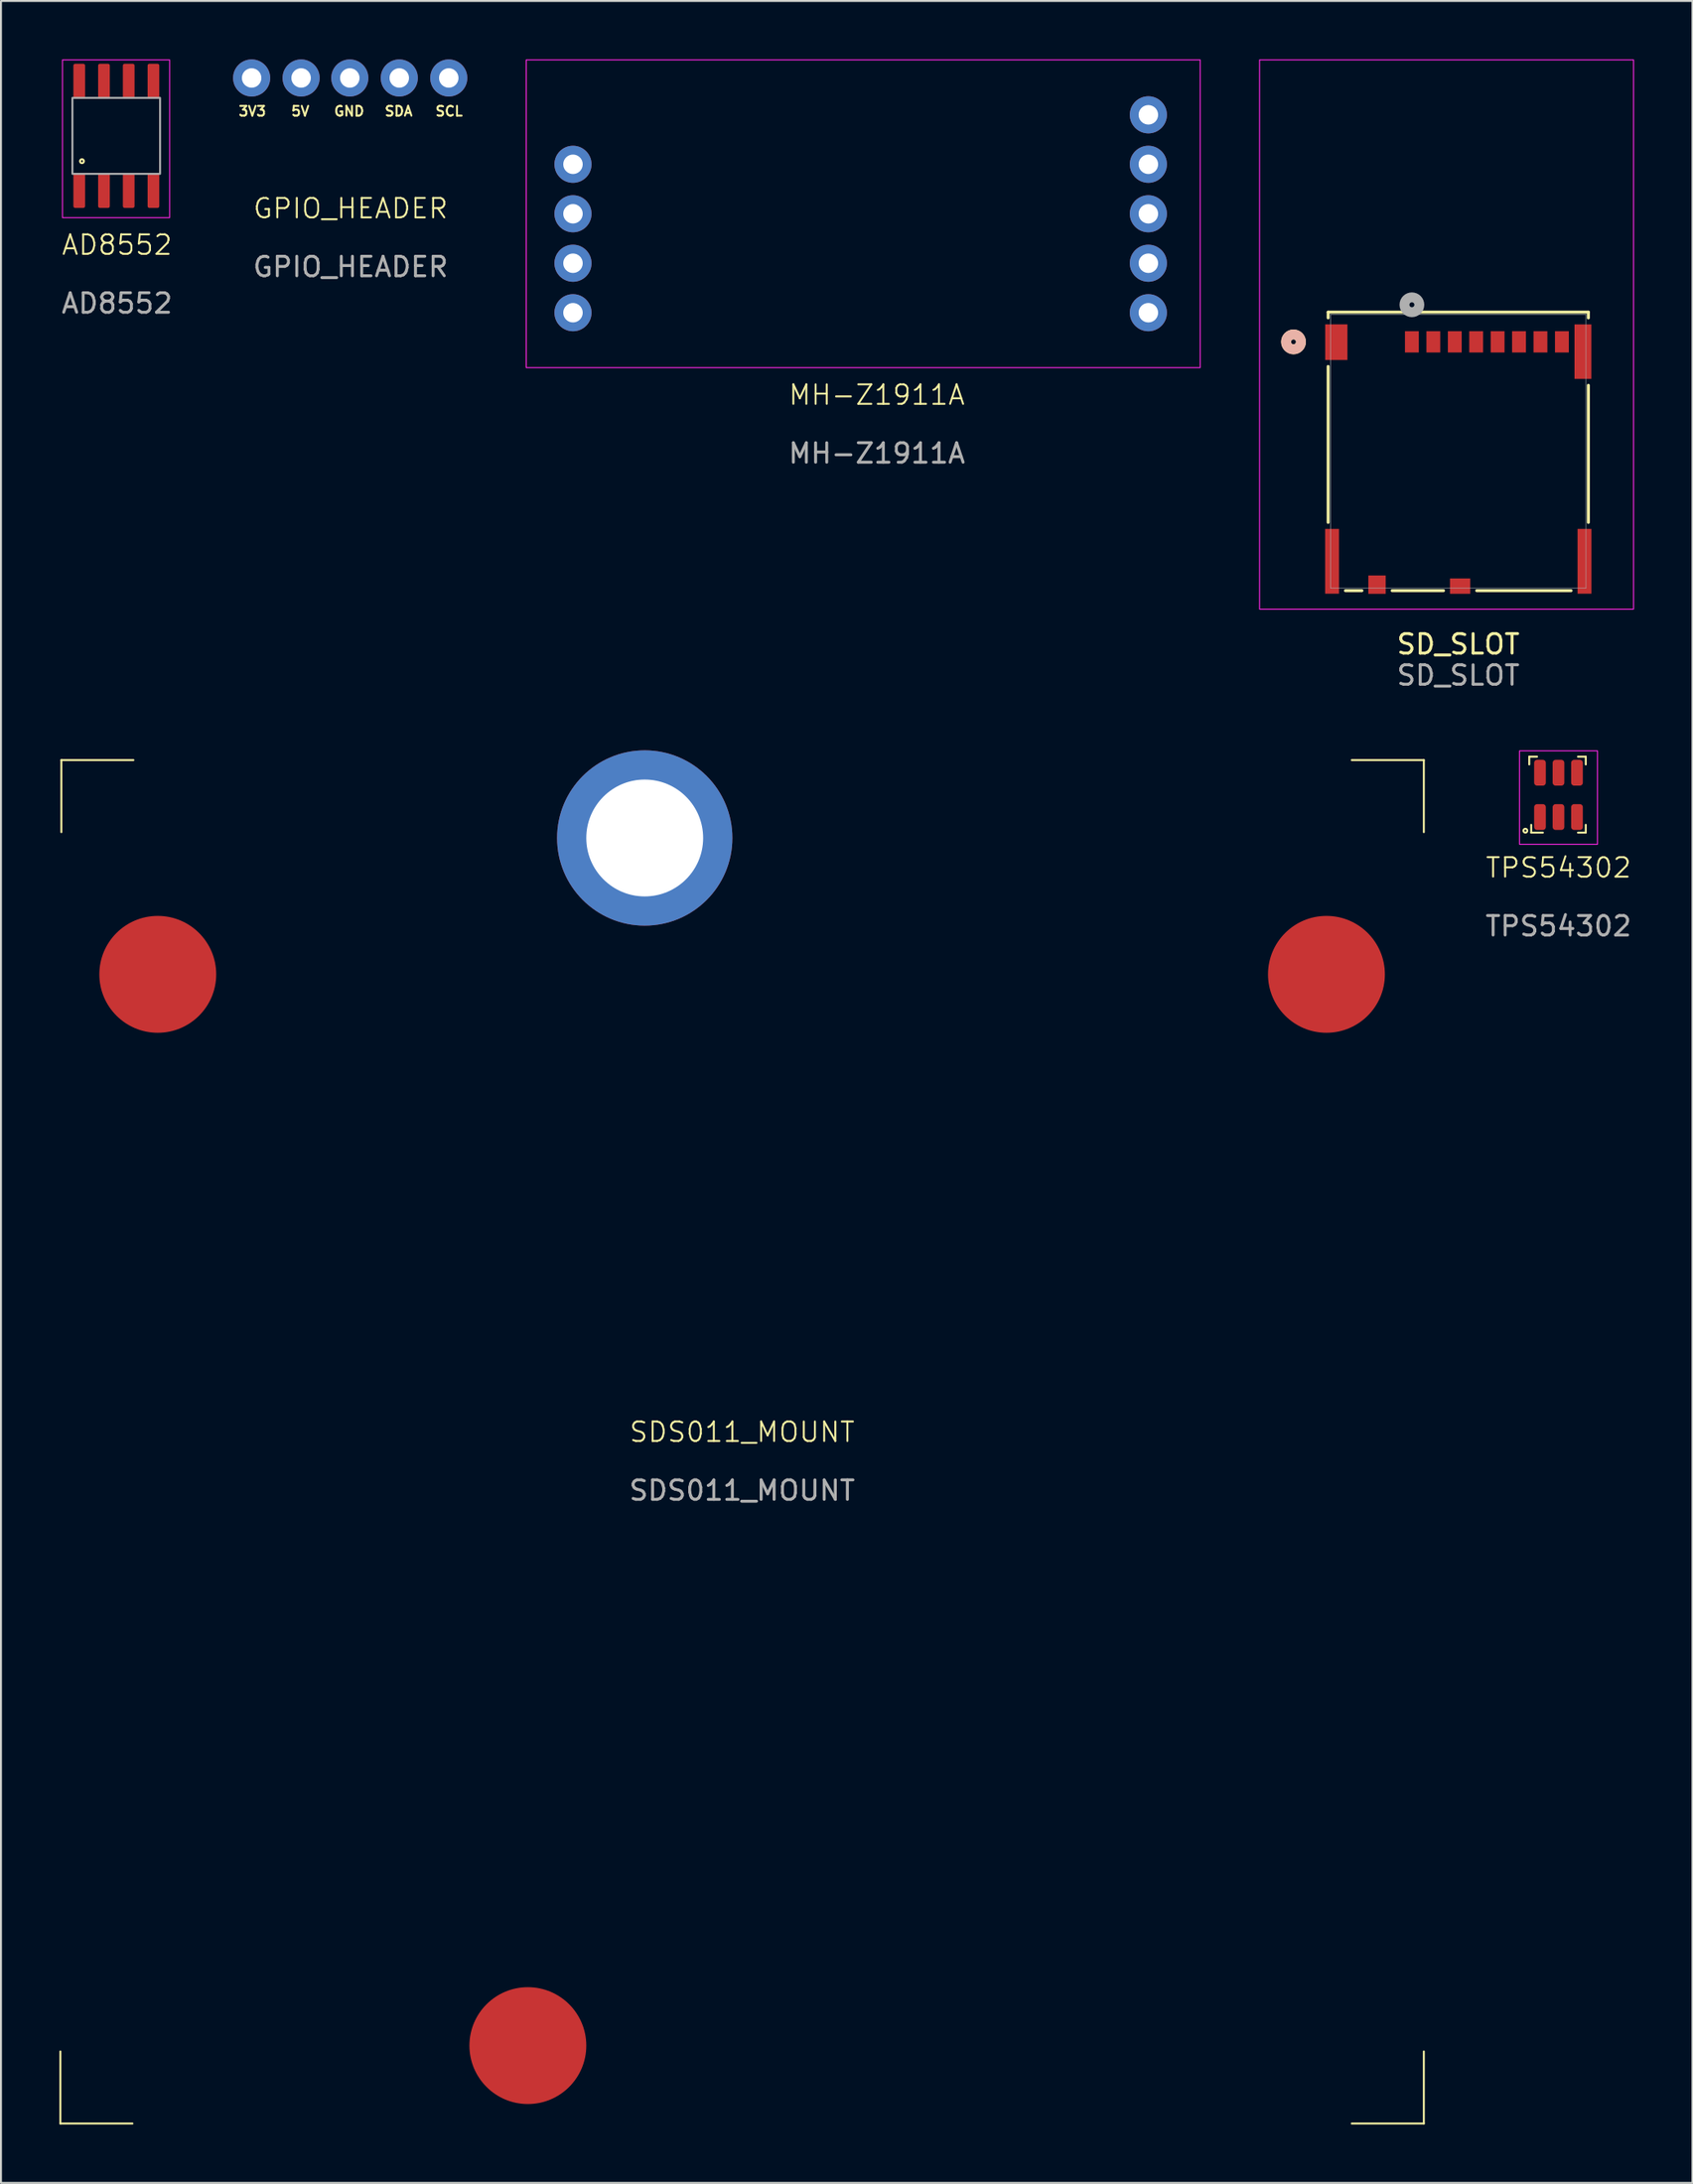
<source format=kicad_pcb>
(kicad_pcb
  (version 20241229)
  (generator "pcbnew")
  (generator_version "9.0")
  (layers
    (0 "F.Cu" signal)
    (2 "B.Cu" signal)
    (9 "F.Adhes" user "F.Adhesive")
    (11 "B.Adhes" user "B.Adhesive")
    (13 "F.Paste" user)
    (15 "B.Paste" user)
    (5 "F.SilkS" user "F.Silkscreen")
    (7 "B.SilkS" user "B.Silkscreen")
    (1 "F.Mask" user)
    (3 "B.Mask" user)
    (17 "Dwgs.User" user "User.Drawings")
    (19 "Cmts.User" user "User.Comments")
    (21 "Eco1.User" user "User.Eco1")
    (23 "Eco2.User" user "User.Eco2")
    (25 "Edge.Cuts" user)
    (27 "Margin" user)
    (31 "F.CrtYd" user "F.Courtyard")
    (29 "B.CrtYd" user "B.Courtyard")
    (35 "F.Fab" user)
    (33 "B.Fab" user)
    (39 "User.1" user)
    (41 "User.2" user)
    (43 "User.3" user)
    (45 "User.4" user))
  (footprint "TPS54302"
    (layer "F.Cu")
    (at 76.963 37.798)
    (property "Reference" "TPS54302" (at 0 3.7 0) (unlocked yes) (layer "F.SilkS") (effects (font (size 1 1) (thickness 0.1))))
    (attr smd)
    (fp_line (start -1.5 -2) (end -1.1 -2) (stroke (width 0.1) (type default)) (layer "F.SilkS"))
    (fp_line (start -1.5 -1.6) (end -1.5 -2) (stroke (width 0.1) (type default)) (layer "F.SilkS"))
    (fp_line (start -1.4 1.9) (end -1.4 1.5) (stroke (width 0.1) (type default)) (layer "F.SilkS"))
    (fp_line (start -0.8 1.9) (end -1.4 1.9) (stroke (width 0.1) (type default)) (layer "F.SilkS"))
    (fp_line (start 1 -2) (end 1.4 -2) (stroke (width 0.1) (type default)) (layer "F.SilkS"))
    (fp_line (start 1.4 -2) (end 1.4 -1.6) (stroke (width 0.1) (type default)) (layer "F.SilkS"))
    (fp_line (start 1.4 1.5) (end 1.4 1.9) (stroke (width 0.1) (type default)) (layer "F.SilkS"))
    (fp_line (start 1.4 1.9) (end 1 1.9) (stroke (width 0.1) (type default)) (layer "F.SilkS"))
    (fp_circle (center -1.7 1.8) (end -1.6 1.8) (stroke (width 0.1) (type default)) (fill no) (layer "F.SilkS"))
    (fp_rect (start -2 -2.3) (end 2 2.5) (stroke (width 0.05) (type default)) (fill no) (layer "F.CrtYd"))
    (fp_text user "${REFERENCE}" (at 0 6.7 0) (unlocked yes) (layer "F.Fab") (effects (font (size 1 1) (thickness 0.15))))
    (pad "1" smd roundrect (at -0.95 1.1 90) (size 1.325 0.6) (layers "F.Cu" "F.Mask" "F.Paste") (roundrect_rratio 0.25))
    (pad "2" smd roundrect (at 0 1.1 90) (size 1.325 0.6) (layers "F.Cu" "F.Mask" "F.Paste") (roundrect_rratio 0.25))
    (pad "3" smd roundrect (at 0.95 1.1 90) (size 1.325 0.6) (layers "F.Cu" "F.Mask" "F.Paste") (roundrect_rratio 0.25))
    (pad "4" smd roundrect (at 0.95 -1.175 90) (size 1.325 0.6) (layers "F.Cu" "F.Mask" "F.Paste") (roundrect_rratio 0.25))
    (pad "5" smd roundrect (at 0 -1.175 90) (size 1.325 0.6) (layers "F.Cu" "F.Mask" "F.Paste") (roundrect_rratio 0.25))
    (pad "6" smd roundrect (at -0.95 -1.175 90) (size 1.325 0.6) (layers "F.Cu" "F.Mask" "F.Paste") (roundrect_rratio 0.25)))
  (footprint "SD_SLOT"
    (layer "F.Cu")
    (at 71.817 20.125)
    (property "Reference" "SD_SLOT" (at 0 9.9 0) (unlocked yes) (layer "F.SilkS") (effects (font (size 1 1) (thickness 0.15))))
    (attr smd)
    (fp_line (start -6.68 -7.15) (end -6.68 -6.855) (stroke (width 0.152) (type solid)) (layer "F.SilkS"))
    (fp_line (start -6.68 -4.361) (end -6.68 3.645) (stroke (width 0.152) (type solid)) (layer "F.SilkS"))
    (fp_line (start -5.792 7.15) (end -4.947 7.15) (stroke (width 0.152) (type solid)) (layer "F.SilkS"))
    (fp_line (start -3.393 7.15) (end -0.758 7.15) (stroke (width 0.152) (type solid)) (layer "F.SilkS"))
    (fp_line (start 0.948 7.15) (end 5.792 7.15) (stroke (width 0.152) (type solid)) (layer "F.SilkS"))
    (fp_line (start 6.68 -7.15) (end -6.68 -7.15) (stroke (width 0.152) (type solid)) (layer "F.SilkS"))
    (fp_line (start 6.68 -6.853) (end 6.68 -7.15) (stroke (width 0.152) (type solid)) (layer "F.SilkS"))
    (fp_line (start 6.68 3.645) (end 6.68 -3.393) (stroke (width 0.152) (type solid)) (layer "F.SilkS"))
    (fp_circle (center -8.458 -5.623) (end -8.077 -5.623) (stroke (width 0.508) (type solid)) (fill no) (layer "F.SilkS"))
    (fp_circle (center -8.458 -5.623) (end -8.077 -5.623) (stroke (width 0.508) (type solid)) (fill no) (layer "B.SilkS"))
    (fp_rect (start -10.2 -20.1) (end 9 8.1) (stroke (width 0.05) (type default)) (fill no) (layer "F.CrtYd"))
    (fp_line (start -6.553 -7.023) (end -6.553 7.023) (stroke (width 0.025) (type solid)) (layer "F.Fab"))
    (fp_line (start -6.553 7.023) (end 6.553 7.023) (stroke (width 0.025) (type solid)) (layer "F.Fab"))
    (fp_line (start 6.553 -7.023) (end -6.553 -7.023) (stroke (width 0.025) (type solid)) (layer "F.Fab"))
    (fp_line (start 6.553 7.023) (end 6.553 -7.023) (stroke (width 0.025) (type solid)) (layer "F.Fab"))
    (fp_circle (center -2.38 -7.528) (end -1.999 -7.528) (stroke (width 0.508) (type solid)) (fill no) (layer "F.Fab"))
    (fp_text user "${REFERENCE}" (at 0 11.5 0) (unlocked yes) (layer "F.Fab") (effects (font (size 1 1) (thickness 0.15))))
    (pad "1" smd rect (at -2.38 -5.623) (size 0.711 1.092) (layers "F.Cu" "F.Mask" "F.Paste"))
    (pad "2" smd rect (at -1.28 -5.623) (size 0.711 1.092) (layers "F.Cu" "F.Mask" "F.Paste"))
    (pad "3" smd rect (at -0.18 -5.623) (size 0.711 1.092) (layers "F.Cu" "F.Mask" "F.Paste"))
    (pad "4" smd rect (at 0.92 -5.623) (size 0.711 1.092) (layers "F.Cu" "F.Mask" "F.Paste"))
    (pad "5" smd rect (at 2.02 -5.623) (size 0.711 1.092) (layers "F.Cu" "F.Mask" "F.Paste"))
    (pad "6" smd rect (at 3.12 -5.623) (size 0.711 1.092) (layers "F.Cu" "F.Mask" "F.Paste"))
    (pad "7" smd rect (at 4.22 -5.623) (size 0.711 1.092) (layers "F.Cu" "F.Mask" "F.Paste"))
    (pad "8" smd rect (at 5.32 -5.623) (size 0.711 1.092) (layers "F.Cu" "F.Mask" "F.Paste"))
    (pad "9" smd rect (at -4.17 6.842) (size 0.889 0.94) (layers "F.Cu" "F.Mask" "F.Paste"))
    (pad "10" smd rect (at 0.095 6.917) (size 1.041 0.787) (layers "F.Cu" "F.Mask" "F.Paste"))
    (pad "11" smd rect (at -6.26 -5.608) (size 1.143 1.829) (layers "F.Cu" "F.Mask" "F.Paste"))
    (pad "12" smd rect (at -6.48 5.642) (size 0.711 3.327) (layers "F.Cu" "F.Mask" "F.Paste"))
    (pad "13" smd rect (at 6.48 5.642) (size 0.711 3.327) (layers "F.Cu" "F.Mask" "F.Paste"))
    (pad "14" smd rect (at 6.4 -5.123) (size 0.864 2.794) (layers "F.Cu" "F.Mask" "F.Paste")))
  (footprint "MH-Z1911A"
    (layer "F.Cu")
    (at 41.967 12.125)
    (property "Reference" "MH-Z1911A" (at 0 5.1 0) (unlocked yes) (layer "F.SilkS") (effects (font (size 1 1) (thickness 0.1))))
    (attr smd)
    (fp_rect (start -18 -12.1) (end 16.6 3.7) (stroke (width 0.05) (type default)) (fill no) (layer "F.CrtYd"))
    (fp_text user "${REFERENCE}" (at 0 8.1 0) (unlocked yes) (layer "F.Fab") (effects (font (size 1 1) (thickness 0.15))))
    (pad "1" thru_hole circle (at 13.94 -9.28) (size 1.905 1.905) (drill 1) (layers "*.Cu" "*.Mask"))
    (pad "2" thru_hole circle (at 13.94 -6.74) (size 1.905 1.905) (drill 1) (layers "*.Cu" "*.Mask"))
    (pad "3" thru_hole circle (at 13.94 -4.2) (size 1.905 1.905) (drill 1) (layers "*.Cu" "*.Mask"))
    (pad "4" thru_hole circle (at 13.94 -1.66) (size 1.905 1.905) (drill 1) (layers "*.Cu" "*.Mask"))
    (pad "5" thru_hole circle (at 13.94 0.88) (size 1.905 1.905) (drill 1) (layers "*.Cu" "*.Mask"))
    (pad "6" thru_hole circle (at -15.6 -6.74) (size 1.905 1.905) (drill 1) (layers "*.Cu" "*.Mask"))
    (pad "7" thru_hole circle (at -15.6 -4.2) (size 1.905 1.905) (drill 1) (layers "*.Cu" "*.Mask"))
    (pad "8" thru_hole circle (at -15.6 -1.66) (size 1.905 1.905) (drill 1) (layers "*.Cu" "*.Mask"))
    (pad "9" thru_hole circle (at -15.6 0.88) (size 1.905 1.905) (drill 1) (layers "*.Cu" "*.Mask")))
  (footprint "GPIO_HEADER"
    (layer "F.Cu")
    (at 14.849 5.053)
    (property "Reference" "GPIO_HEADER" (at 0.1 2.6 0) (unlocked yes) (layer "F.SilkS") (effects (font (size 1 1) (thickness 0.1))))
    (attr smd)
    (fp_text user "SCL" (at 4.4 -2.1 0) (unlocked yes) (layer "F.SilkS") (effects (font (size 0.5 0.5) (thickness 0.1) (bold yes)) (justify left bottom)))
    (fp_text user "GND" (at -0.8 -2.1 0) (unlocked yes) (layer "F.SilkS") (effects (font (size 0.5 0.5) (thickness 0.1) (bold yes)) (justify left bottom)))
    (fp_text user "5V" (at -3 -2.1 0) (unlocked yes) (layer "F.SilkS") (effects (font (size 0.5 0.5) (thickness 0.1) (bold yes)) (justify left bottom)))
    (fp_text user "SDA" (at 1.8 -2.1 0) (unlocked yes) (layer "F.SilkS") (effects (font (size 0.5 0.5) (thickness 0.1) (bold yes)) (justify left bottom)))
    (fp_text user "3V3" (at -5.7 -2.1 0) (unlocked yes) (layer "F.SilkS") (effects (font (size 0.5 0.5) (thickness 0.1) (bold yes)) (justify left bottom)))
    (fp_text user "${REFERENCE}" (at 0.1 5.6 0) (unlocked yes) (layer "F.Fab") (effects (font (size 1 1) (thickness 0.15))))
    (pad "1" thru_hole circle (at -4.98 -4.1) (size 1.905 1.905) (drill 1) (layers "*.Cu" "*.Mask"))
    (pad "2" thru_hole circle (at -2.44 -4.1) (size 1.905 1.905) (drill 1) (layers "*.Cu" "*.Mask"))
    (pad "3" thru_hole circle (at 0.06 -4.1) (size 1.905 1.905) (drill 1) (layers "*.Cu" "*.Mask"))
    (pad "4" thru_hole circle (at 2.6 -4.1) (size 1.905 1.905) (drill 1) (layers "*.Cu" "*.Mask"))
    (pad "5" thru_hole circle (at 5.14 -4.1) (size 1.905 1.905) (drill 1) (layers "*.Cu" "*.Mask")))
  (footprint "SDS011_MOUNT"
    (layer "F.Cu")
    (at 35.05 70.973)
    (property "Reference" "SDS011_MOUNT" (at 0 -0.5 0) (unlocked yes) (layer "F.SilkS") (effects (font (size 1 1) (thickness 0.1))))
    (attr smd)
    (fp_line (start -35 31.3) (end -35 35) (stroke (width 0.1) (type default)) (layer "F.SilkS"))
    (fp_line (start -34.95 -31.3) (end -34.95 -35) (stroke (width 0.1) (type default)) (layer "F.SilkS"))
    (fp_line (start -31.3 35) (end -35 35) (stroke (width 0.1) (type default)) (layer "F.SilkS"))
    (fp_line (start -31.25 -35) (end -34.95 -35) (stroke (width 0.1) (type default)) (layer "F.SilkS"))
    (fp_line (start 31.3 -35) (end 35 -35) (stroke (width 0.1) (type default)) (layer "F.SilkS"))
    (fp_line (start 31.3 35) (end 35 35) (stroke (width 0.1) (type default)) (layer "F.SilkS"))
    (fp_line (start 35 -31.3) (end 35 -35) (stroke (width 0.1) (type default)) (layer "F.SilkS"))
    (fp_line (start 35 31.3) (end 35 35) (stroke (width 0.1) (type default)) (layer "F.SilkS"))
    (fp_text user "${REFERENCE}" (at 0 2.5 0) (unlocked yes) (layer "F.Fab") (effects (font (size 1 1) (thickness 0.15))))
    (pad "1" smd circle (at 30 -24) (size 6 6) (layers "F.Cu" "F.Mask" "F.Paste"))
    (pad "2" smd circle (at -30 -24) (size 6 6) (layers "F.Cu" "F.Mask" "F.Paste"))
    (pad "3" smd circle (at -11 31) (size 6 6) (layers "F.Cu" "F.Mask" "F.Paste"))
    (pad "4" thru_hole circle (at -5 -31) (size 9 9) (drill 6) (layers "*.Cu" "*.Mask")))
  (footprint "AD8552"
    (layer "F.Cu")
    (at 2.958 10.025)
    (property "Reference" "AD8552" (at 0 -0.5 0) (unlocked yes) (layer "F.SilkS") (effects (font (size 1 1) (thickness 0.1))))
    (attr smd)
    (fp_circle (center -1.8 -4.8) (end -1.8 -4.7) (stroke (width 0.1) (type default)) (fill no) (layer "F.SilkS"))
    (fp_rect (start -2.8 -10) (end 2.7 -1.9) (stroke (width 0.05) (type default)) (fill no) (layer "F.CrtYd"))
    (fp_rect (start -2.29 -8.05) (end 2.21 -4.15) (stroke (width 0.1) (type solid)) (fill no) (layer "F.Fab"))
    (fp_text user "${REFERENCE}" (at 0 2.5 0) (unlocked yes) (layer "F.Fab") (effects (font (size 1 1) (thickness 0.15))))
    (pad "1" smd roundrect (at -1.94 -3.288 90) (size 1.775 0.6) (layers "F.Cu" "F.Mask" "F.Paste") (roundrect_rratio 0.15))
    (pad "2" smd roundrect (at -0.67 -3.288 90) (size 1.775 0.6) (layers "F.Cu" "F.Mask" "F.Paste") (roundrect_rratio 0.15))
    (pad "3" smd roundrect (at 0.6 -3.288 90) (size 1.775 0.6) (layers "F.Cu" "F.Mask" "F.Paste") (roundrect_rratio 0.15))
    (pad "4" smd roundrect (at 1.87 -3.288 90) (size 1.775 0.6) (layers "F.Cu" "F.Mask" "F.Paste") (roundrect_rratio 0.15))
    (pad "5" smd roundrect (at 1.87 -8.912 90) (size 1.775 0.6) (layers "F.Cu" "F.Mask" "F.Paste") (roundrect_rratio 0.15))
    (pad "6" smd roundrect (at 0.6 -8.912 90) (size 1.775 0.6) (layers "F.Cu" "F.Mask" "F.Paste") (roundrect_rratio 0.15))
    (pad "7" smd roundrect (at -0.67 -8.912 90) (size 1.775 0.6) (layers "F.Cu" "F.Mask" "F.Paste") (roundrect_rratio 0.15))
    (pad "8" smd roundrect (at -1.94 -8.912 90) (size 1.775 0.6) (layers "F.Cu" "F.Mask" "F.Paste") (roundrect_rratio 0.15)))
  (gr_rect
    (start -3 -3)
    (end 83.842 109.023)
    (stroke (width 0.1) (type default))
    (fill no)
    (layer "Edge.Cuts")))
</source>
